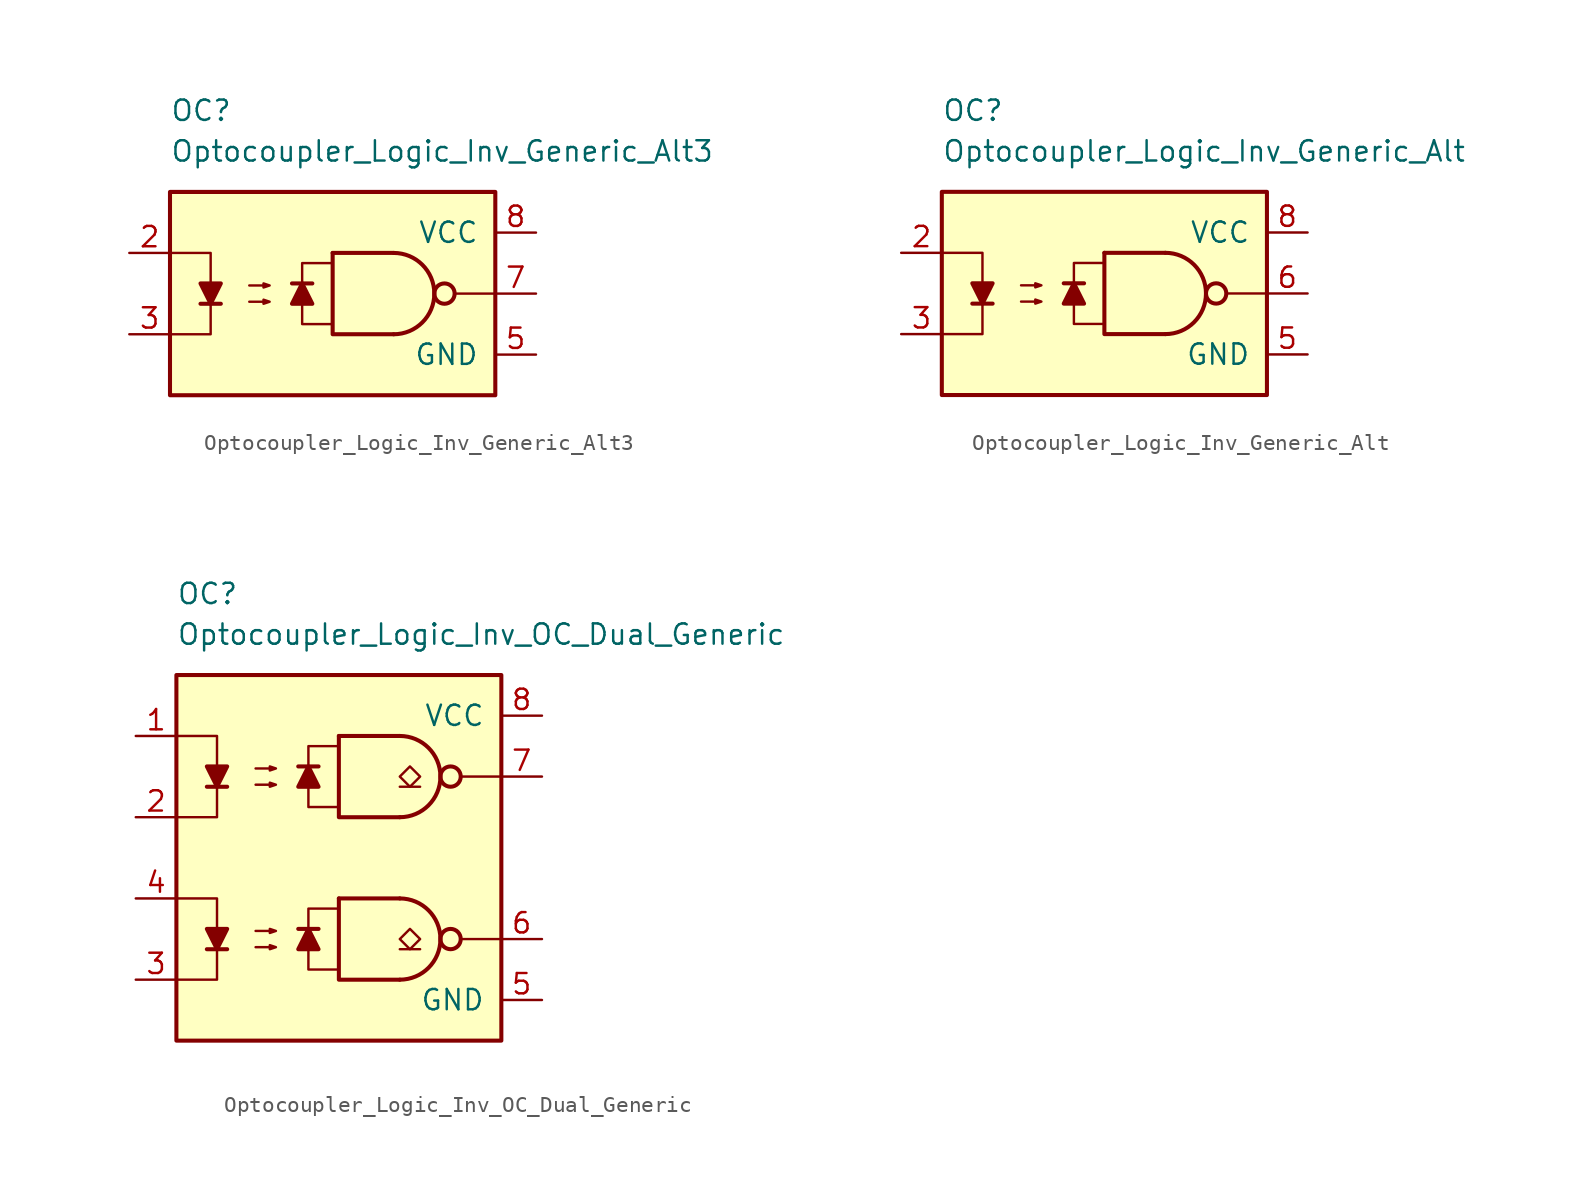
<source format=kicad_sym>
(kicad_symbol_lib
  (version 20231120)
  (generator "kicad_symbol_editor")
  (generator_version "8.0")
  (symbol "Optocoupler_Logic_Inv_Generic_Alt3"
    (pin_names
      (offset 1.016))
    (property "Reference" "OC"
      (at -10.16 11.43 0)
      (effects (font (size 1.27 1.27)) (justify left)))
    (property "Value" "Optocoupler_Logic_Inv_Generic_Alt3"
      (at -10.16 8.89 0)
      (effects (font (size 1.27 1.27)) (justify left)))
    (symbol "Optocoupler_Logic_Inv_Generic_Alt3_0_0"
      (rectangle (start -10.16 6.35) (end 10.16 -6.35) (stroke (width 0.254) (type default)) (fill (type background)))
      (polyline (pts (xy 10.16 0) (xy 7.62 0)) (stroke (width 0) (type default)) (fill (type none))))
    (symbol "Optocoupler_Logic_Inv_Generic_Alt3_0_1"
      (polyline (pts (xy -8.255 -0.635) (xy -6.985 -0.635)) (stroke (width 0.254) (type default)) (fill (type none)))
      (polyline (pts (xy 0 2.54) (xy 3.81 2.54)) (stroke (width 0.254) (type default)) (fill (type none)))
      (polyline (pts (xy -10.16 2.54) (xy -7.62 2.54) (xy -7.62 -0.635)) (stroke (width 0) (type default)) (fill (type none)))
      (polyline (pts (xy -7.62 -0.635) (xy -7.62 -2.54) (xy -10.16 -2.54)) (stroke (width 0) (type default)) (fill (type none)))
      (polyline (pts (xy 0 2.54) (xy 0 -2.54) (xy 3.81 -2.54)) (stroke (width 0.254) (type default)) (fill (type none)))
      (polyline (pts (xy -7.62 -0.635) (xy -8.255 0.635) (xy -6.985 0.635) (xy -7.62 -0.635)) (stroke (width 0.254) (type default)) (fill (type outline)))
      (polyline (pts (xy -5.207 -0.508) (xy -3.937 -0.508) (xy -4.318 -0.635) (xy -4.318 -0.381) (xy -3.937 -0.508)) (stroke (width 0) (type default)) (fill (type none)))
      (polyline (pts (xy -5.207 0.508) (xy -3.937 0.508) (xy -4.318 0.381) (xy -4.318 0.635) (xy -3.937 0.508)) (stroke (width 0) (type default)) (fill (type none)))
      (arc (start 3.81 -2.54) (mid 6.339 0) (end 3.81 2.54) (stroke (width 0.254) (type default)) (fill (type none)))
      (circle (center 6.985 0) (radius 0.635) (stroke (width 0.254) (type default)) (fill (type none))))
    (symbol "Optocoupler_Logic_Inv_Generic_Alt3_1_1"
      (polyline (pts (xy -1.27 0.635) (xy -2.54 0.635)) (stroke (width 0.254) (type default)) (fill (type none)))
      (polyline (pts (xy -1.905 0.635) (xy -1.27 -0.635) (xy -2.54 -0.635) (xy -1.905 0.635)) (stroke (width 0.254) (type default)) (fill (type outline)))
      (polyline (pts (xy 0 -1.905) (xy -1.905 -1.905) (xy -1.905 1.905) (xy 0 1.905)) (stroke (width 0.152) (type default)) (fill (type none)))
      (pin free line (at 0 2.54 0) (length 2.54) hide (name "NC" (effects (font (size 1.27 1.27)))) (number "1" (effects (font (size 1.27 1.27)))))
      (pin passive line (at -12.7 2.54 0) (length 2.54) (name "~" (effects (font (size 1.27 1.27)))) (number "2" (effects (font (size 1.27 1.27)))))
      (pin passive line (at -12.7 -2.54 0) (length 2.54) (name "~" (effects (font (size 1.27 1.27)))) (number "3" (effects (font (size 1.27 1.27)))))
      (pin free line (at 0 0 0) (length 2.54) hide (name "NC" (effects (font (size 1.27 1.27)))) (number "4" (effects (font (size 1.27 1.27)))))
      (pin power_in line (at 12.7 -3.81 180) (length 2.54) (name "GND" (effects (font (size 1.27 1.27)))) (number "5" (effects (font (size 1.27 1.27)))))
      (pin free line (at 0 -2.54 0) (length 2.54) hide (name "NC" (effects (font (size 1.27 1.27)))) (number "6" (effects (font (size 1.27 1.27)))))
      (pin output line (at 12.7 0 180) (length 2.54) (name "~" (effects (font (size 1.27 1.27)))) (number "7" (effects (font (size 1.27 1.27)))))
      (pin power_in line (at 12.7 3.81 180) (length 2.54) (name "VCC" (effects (font (size 1.27 1.27)))) (number "8" (effects (font (size 1.27 1.27)))))))
  (symbol "Optocoupler_Logic_Inv_Generic_Alt"
    (pin_names
      (offset 1.016))
    (property "Reference" "OC"
      (at -10.16 11.43 0)
      (effects (font (size 1.27 1.27)) (justify left)))
    (property "Value" "Optocoupler_Logic_Inv_Generic_Alt"
      (at -10.16 8.89 0)
      (effects (font (size 1.27 1.27)) (justify left)))
    (symbol "Optocoupler_Logic_Inv_Generic_Alt_0_0"
      (rectangle (start -10.16 6.35) (end 10.16 -6.35) (stroke (width 0.254) (type default)) (fill (type background)))
      (polyline (pts (xy 10.16 0) (xy 7.62 0)) (stroke (width 0) (type default)) (fill (type none))))
    (symbol "Optocoupler_Logic_Inv_Generic_Alt_0_1"
      (polyline (pts (xy -8.255 -0.635) (xy -6.985 -0.635)) (stroke (width 0.254) (type default)) (fill (type none)))
      (polyline (pts (xy 0 2.54) (xy 3.81 2.54)) (stroke (width 0.254) (type default)) (fill (type none)))
      (polyline (pts (xy -10.16 2.54) (xy -7.62 2.54) (xy -7.62 -0.635)) (stroke (width 0) (type default)) (fill (type none)))
      (polyline (pts (xy -7.62 -0.635) (xy -7.62 -2.54) (xy -10.16 -2.54)) (stroke (width 0) (type default)) (fill (type none)))
      (polyline (pts (xy 0 2.54) (xy 0 -2.54) (xy 3.81 -2.54)) (stroke (width 0.254) (type default)) (fill (type none)))
      (polyline (pts (xy -7.62 -0.635) (xy -8.255 0.635) (xy -6.985 0.635) (xy -7.62 -0.635)) (stroke (width 0.254) (type default)) (fill (type outline)))
      (polyline (pts (xy -5.207 -0.508) (xy -3.937 -0.508) (xy -4.318 -0.635) (xy -4.318 -0.381) (xy -3.937 -0.508)) (stroke (width 0) (type default)) (fill (type none)))
      (polyline (pts (xy -5.207 0.508) (xy -3.937 0.508) (xy -4.318 0.381) (xy -4.318 0.635) (xy -3.937 0.508)) (stroke (width 0) (type default)) (fill (type none)))
      (arc (start 3.81 -2.54) (mid 6.339 0) (end 3.81 2.54) (stroke (width 0.254) (type default)) (fill (type none)))
      (circle (center 6.985 0) (radius 0.635) (stroke (width 0.254) (type default)) (fill (type none))))
    (symbol "Optocoupler_Logic_Inv_Generic_Alt_1_1"
      (polyline (pts (xy -1.27 0.635) (xy -2.54 0.635)) (stroke (width 0.254) (type default)) (fill (type none)))
      (polyline (pts (xy -1.905 0.635) (xy -1.27 -0.635) (xy -2.54 -0.635) (xy -1.905 0.635)) (stroke (width 0.254) (type default)) (fill (type outline)))
      (polyline (pts (xy 0 -1.905) (xy -1.905 -1.905) (xy -1.905 1.905) (xy 0 1.905)) (stroke (width 0.152) (type default)) (fill (type none)))
      (pin free line (at 0 2.54 0) (length 2.54) hide (name "NC" (effects (font (size 1.27 1.27)))) (number "1" (effects (font (size 1.27 1.27)))))
      (pin passive line (at -12.7 2.54 0) (length 2.54) (name "~" (effects (font (size 1.27 1.27)))) (number "2" (effects (font (size 1.27 1.27)))))
      (pin passive line (at -12.7 -2.54 0) (length 2.54) (name "~" (effects (font (size 1.27 1.27)))) (number "3" (effects (font (size 1.27 1.27)))))
      (pin free line (at 0 0 0) (length 2.54) hide (name "NC" (effects (font (size 1.27 1.27)))) (number "4" (effects (font (size 1.27 1.27)))))
      (pin power_in line (at 12.7 -3.81 180) (length 2.54) (name "GND" (effects (font (size 1.27 1.27)))) (number "5" (effects (font (size 1.27 1.27)))))
      (pin output line (at 12.7 0 180) (length 2.54) (name "~" (effects (font (size 1.27 1.27)))) (number "6" (effects (font (size 1.27 1.27)))))
      (pin free line (at 0 -2.54 0) (length 2.54) hide (name "NC" (effects (font (size 1.27 1.27)))) (number "7" (effects (font (size 1.27 1.27)))))
      (pin power_in line (at 12.7 3.81 180) (length 2.54) (name "VCC" (effects (font (size 1.27 1.27)))) (number "8" (effects (font (size 1.27 1.27)))))))
  (symbol "Optocoupler_Logic_Inv_OC_Dual_Generic"
    (pin_names
      (offset 1.016))
    (property "Reference" "OC"
      (at -10.16 16.51 0)
      (effects (font (size 1.27 1.27)) (justify left)))
    (property "Value" "Optocoupler_Logic_Inv_OC_Dual_Generic"
      (at -10.16 13.97 0)
      (effects (font (size 1.27 1.27)) (justify left)))
    (symbol "Optocoupler_Logic_Inv_OC_Dual_Generic_0_0"
      (rectangle (start -10.16 11.43) (end 10.16 -11.43) (stroke (width 0.254) (type default)) (fill (type background)))
      (polyline (pts (xy 10.16 -5.08) (xy 7.62 -5.08)) (stroke (width 0) (type default)) (fill (type none))))
    (symbol "Optocoupler_Logic_Inv_OC_Dual_Generic_0_1"
      (polyline (pts (xy -8.255 -5.715) (xy -6.985 -5.715)) (stroke (width 0.254) (type default)) (fill (type none)))
      (polyline (pts (xy 0 -2.54) (xy 3.81 -2.54)) (stroke (width 0.254) (type default)) (fill (type none)))
      (polyline (pts (xy 5.08 -5.715) (xy 3.81 -5.715)) (stroke (width 0.152) (type default)) (fill (type none)))
      (polyline (pts (xy 5.08 4.445) (xy 3.81 4.445)) (stroke (width 0.152) (type default)) (fill (type none)))
      (polyline (pts (xy -10.16 -2.54) (xy -7.62 -2.54) (xy -7.62 -5.715)) (stroke (width 0) (type default)) (fill (type none)))
      (polyline (pts (xy -7.62 -5.715) (xy -7.62 -7.62) (xy -10.16 -7.62)) (stroke (width 0) (type default)) (fill (type none)))
      (polyline (pts (xy 0 -2.54) (xy 0 -7.62) (xy 3.81 -7.62)) (stroke (width 0.254) (type default)) (fill (type none)))
      (polyline (pts (xy -7.62 -5.715) (xy -8.255 -4.445) (xy -6.985 -4.445) (xy -7.62 -5.715)) (stroke (width 0.254) (type default)) (fill (type outline)))
      (polyline (pts (xy -5.207 -5.588) (xy -3.937 -5.588) (xy -4.318 -5.715) (xy -4.318 -5.461) (xy -3.937 -5.588)) (stroke (width 0) (type default)) (fill (type none)))
      (polyline (pts (xy -5.207 -4.572) (xy -3.937 -4.572) (xy -4.318 -4.699) (xy -4.318 -4.445) (xy -3.937 -4.572)) (stroke (width 0) (type default)) (fill (type none)))
      (polyline (pts (xy 4.445 -5.715) (xy 3.81 -5.08) (xy 4.445 -4.445) (xy 5.08 -5.08) (xy 4.445 -5.715)) (stroke (width 0.152) (type default)) (fill (type none)))
      (polyline (pts (xy 4.445 4.445) (xy 3.81 5.08) (xy 4.445 5.715) (xy 5.08 5.08) (xy 4.445 4.445)) (stroke (width 0.152) (type default)) (fill (type none)))
      (arc (start 3.81 -7.62) (mid 6.339 -5.08) (end 3.81 -2.54) (stroke (width 0.254) (type default)) (fill (type none)))
      (circle (center 6.985 -5.08) (radius 0.635) (stroke (width 0.254) (type default)) (fill (type none))))
    (symbol "Optocoupler_Logic_Inv_OC_Dual_Generic_1_1"
      (polyline (pts (xy -8.255 4.445) (xy -6.985 4.445)) (stroke (width 0.254) (type default)) (fill (type none)))
      (polyline (pts (xy -1.27 -4.445) (xy -2.54 -4.445)) (stroke (width 0.254) (type default)) (fill (type none)))
      (polyline (pts (xy -1.27 5.715) (xy -2.54 5.715)) (stroke (width 0.254) (type default)) (fill (type none)))
      (polyline (pts (xy 0 7.62) (xy 3.81 7.62)) (stroke (width 0.254) (type default)) (fill (type none)))
      (polyline (pts (xy 10.16 5.08) (xy 7.62 5.08)) (stroke (width 0) (type default)) (fill (type none)))
      (polyline (pts (xy -10.16 7.62) (xy -7.62 7.62) (xy -7.62 4.445)) (stroke (width 0) (type default)) (fill (type none)))
      (polyline (pts (xy -7.62 4.445) (xy -7.62 2.54) (xy -10.16 2.54)) (stroke (width 0) (type default)) (fill (type none)))
      (polyline (pts (xy 0 7.62) (xy 0 2.54) (xy 3.81 2.54)) (stroke (width 0.254) (type default)) (fill (type none)))
      (polyline (pts (xy -7.62 4.445) (xy -8.255 5.715) (xy -6.985 5.715) (xy -7.62 4.445)) (stroke (width 0.254) (type default)) (fill (type outline)))
      (polyline (pts (xy -1.905 -4.445) (xy -1.27 -5.715) (xy -2.54 -5.715) (xy -1.905 -4.445)) (stroke (width 0.254) (type default)) (fill (type outline)))
      (polyline (pts (xy -1.905 5.715) (xy -1.27 4.445) (xy -2.54 4.445) (xy -1.905 5.715)) (stroke (width 0.254) (type default)) (fill (type outline)))
      (polyline (pts (xy 0 -6.985) (xy -1.905 -6.985) (xy -1.905 -3.175) (xy 0 -3.175)) (stroke (width 0.152) (type default)) (fill (type none)))
      (polyline (pts (xy 0 3.175) (xy -1.905 3.175) (xy -1.905 6.985) (xy 0 6.985)) (stroke (width 0.152) (type default)) (fill (type none)))
      (polyline (pts (xy -5.207 4.572) (xy -3.937 4.572) (xy -4.318 4.445) (xy -4.318 4.699) (xy -3.937 4.572)) (stroke (width 0) (type default)) (fill (type none)))
      (polyline (pts (xy -5.207 5.588) (xy -3.937 5.588) (xy -4.318 5.461) (xy -4.318 5.715) (xy -3.937 5.588)) (stroke (width 0) (type default)) (fill (type none)))
      (arc (start 3.81 2.54) (mid 6.339 5.08) (end 3.81 7.62) (stroke (width 0.254) (type default)) (fill (type none)))
      (circle (center 6.985 5.08) (radius 0.635) (stroke (width 0.254) (type default)) (fill (type none)))
      (pin passive line (at -12.7 7.62 0) (length 2.54) (name "~" (effects (font (size 1.27 1.27)))) (number "1" (effects (font (size 1.27 1.27)))))
      (pin passive line (at -12.7 2.54 0) (length 2.54) (name "~" (effects (font (size 1.27 1.27)))) (number "2" (effects (font (size 1.27 1.27)))))
      (pin passive line (at -12.7 -7.62 0) (length 2.54) (name "~" (effects (font (size 1.27 1.27)))) (number "3" (effects (font (size 1.27 1.27)))))
      (pin passive line (at -12.7 -2.54 0) (length 2.54) (name "~" (effects (font (size 1.27 1.27)))) (number "4" (effects (font (size 1.27 1.27)))))
      (pin power_in line (at 12.7 -8.89 180) (length 2.54) (name "GND" (effects (font (size 1.27 1.27)))) (number "5" (effects (font (size 1.27 1.27)))))
      (pin open_collector line (at 12.7 -5.08 180) (length 2.54) (name "~" (effects (font (size 1.27 1.27)))) (number "6" (effects (font (size 1.27 1.27)))))
      (pin open_collector line (at 12.7 5.08 180) (length 2.54) (name "~" (effects (font (size 1.27 1.27)))) (number "7" (effects (font (size 1.27 1.27)))))
      (pin power_in line (at 12.7 8.89 180) (length 2.54) (name "VCC" (effects (font (size 1.27 1.27)))) (number "8" (effects (font (size 1.27 1.27))))))))
</source>
